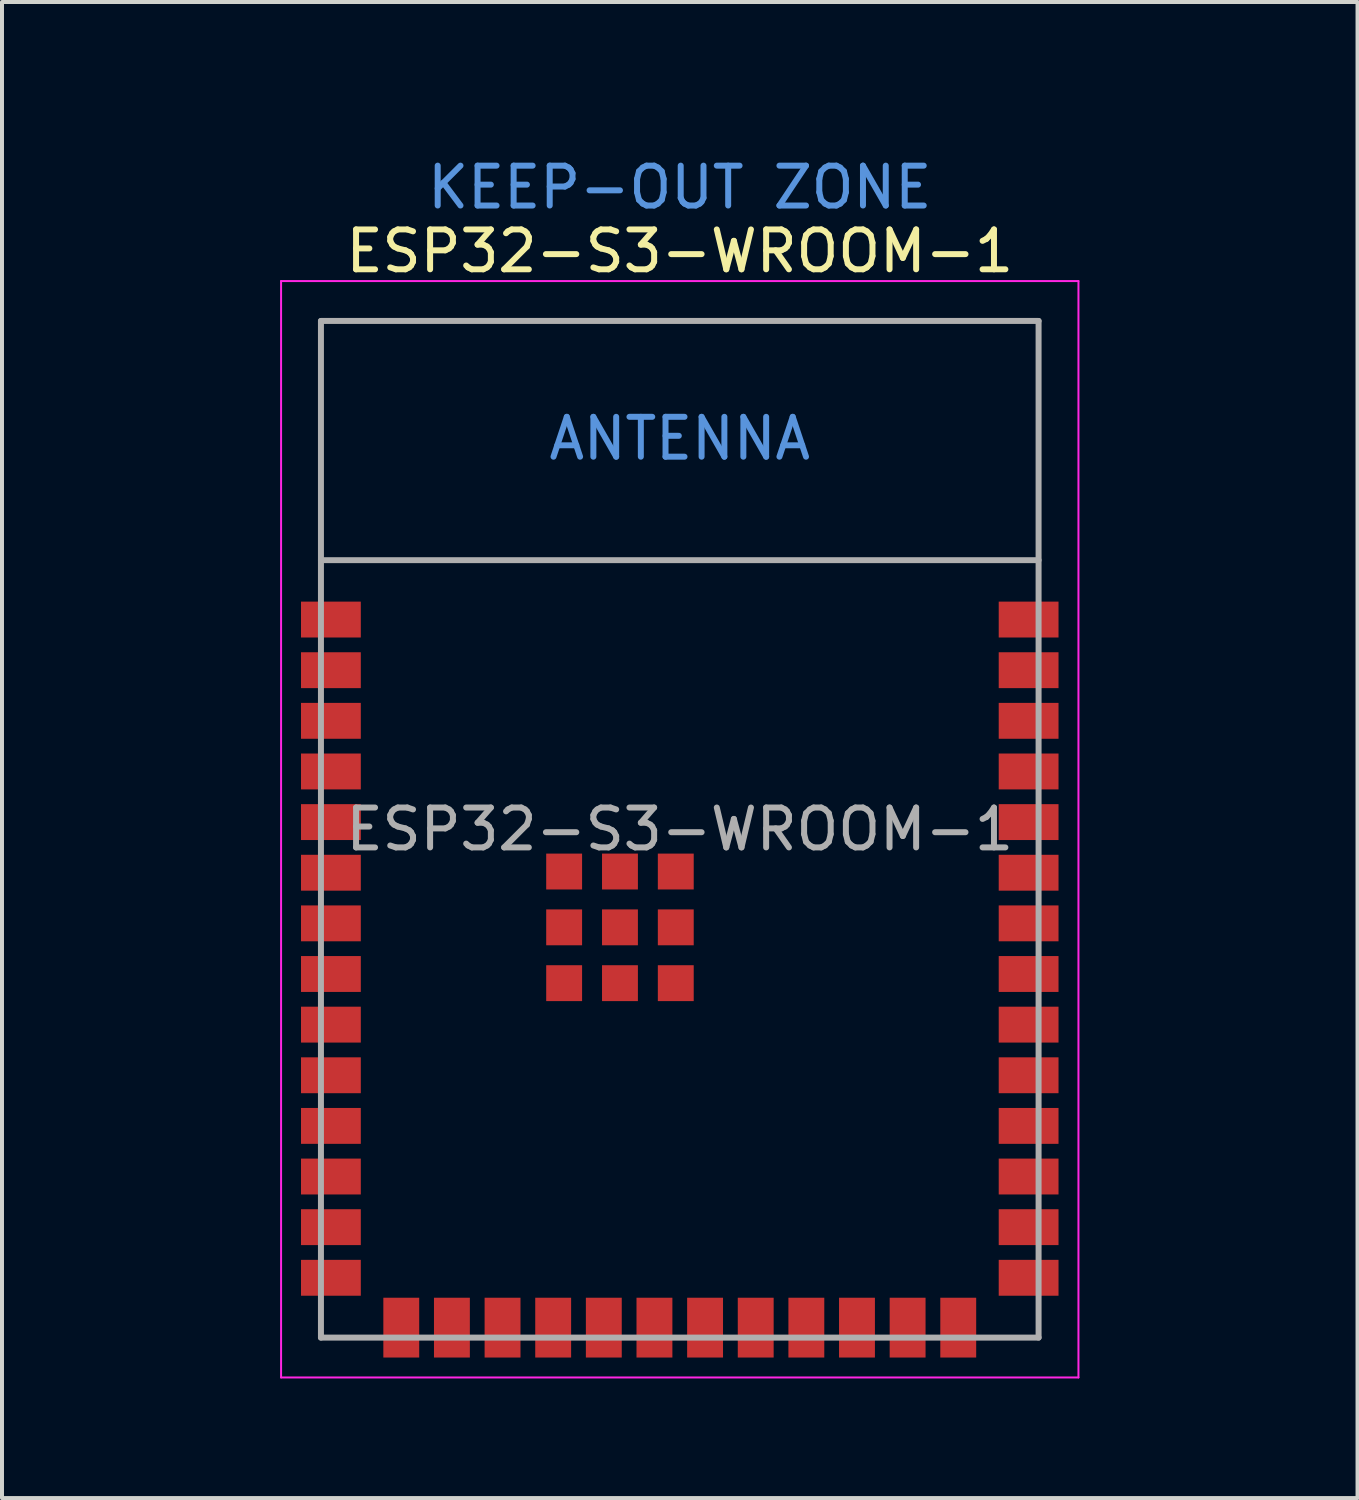
<source format=kicad_pcb>
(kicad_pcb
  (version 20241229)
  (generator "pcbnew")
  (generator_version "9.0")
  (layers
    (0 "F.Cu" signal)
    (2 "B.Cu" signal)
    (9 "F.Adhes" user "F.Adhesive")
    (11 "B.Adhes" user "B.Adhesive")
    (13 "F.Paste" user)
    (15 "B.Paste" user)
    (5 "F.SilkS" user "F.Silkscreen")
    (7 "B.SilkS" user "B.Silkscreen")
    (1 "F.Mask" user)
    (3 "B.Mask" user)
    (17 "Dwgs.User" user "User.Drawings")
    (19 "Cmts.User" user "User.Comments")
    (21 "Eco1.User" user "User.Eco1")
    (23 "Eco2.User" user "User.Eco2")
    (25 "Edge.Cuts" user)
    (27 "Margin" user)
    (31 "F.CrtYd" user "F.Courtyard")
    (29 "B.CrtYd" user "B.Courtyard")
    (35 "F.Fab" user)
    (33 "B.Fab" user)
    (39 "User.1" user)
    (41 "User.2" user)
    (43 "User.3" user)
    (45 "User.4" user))
  (footprint "ESP32-S3-WROOM-1"
    (layer "F.Cu")
    (at 14 17.75)
    (property "Reference" "ESP32-S3-WROOM-1" (at 0 -14.5 0) (layer "F.SilkS") (effects (font (size 1 1) (thickness 0.15))))
    (attr smd)
    (fp_line (start -10 -13.75) (end 10 -13.75) (stroke (width 0.05) (type solid)) (layer "F.CrtYd"))
    (fp_line (start -10 13.75) (end -10 -13.75) (stroke (width 0.05) (type solid)) (layer "F.CrtYd"))
    (fp_line (start 10 -13.75) (end 10 13.75) (stroke (width 0.05) (type solid)) (layer "F.CrtYd"))
    (fp_line (start 10 13.75) (end -10 13.75) (stroke (width 0.05) (type solid)) (layer "F.CrtYd"))
    (fp_line (start -9 -12.75) (end -9 12.75) (stroke (width 0.15) (type solid)) (layer "F.Fab"))
    (fp_line (start -9 12.75) (end 9 12.75) (stroke (width 0.15) (type solid)) (layer "F.Fab"))
    (fp_line (start 9 -12.75) (end -9 -12.75) (stroke (width 0.15) (type solid)) (layer "F.Fab"))
    (fp_line (start 9 -6.75) (end -9 -6.75) (stroke (width 0.15) (type solid)) (layer "F.Fab"))
    (fp_line (start 9 12.75) (end 9 -12.75) (stroke (width 0.15) (type solid)) (layer "F.Fab"))
    (fp_text user "ANTENNA" (at 0 -9.8 0) (unlocked yes) (layer "Cmts.User") (effects (font (size 1 1) (thickness 0.15))))
    (fp_text user "KEEP-OUT ZONE" (at 0 -16.1 0) (unlocked yes) (layer "Cmts.User") (effects (font (size 1 1) (thickness 0.15))))
    (fp_text user "${REFERENCE}" (at 0 0 0) (unlocked yes) (layer "F.Fab") (effects (font (size 1 1) (thickness 0.15))))
    (pad "1" smd rect (at -8.75 -5.26 90) (size 0.9 1.5) (layers "F.Cu" "F.Mask" "F.Paste"))
    (pad "2" smd rect (at -8.75 -3.99 90) (size 0.9 1.5) (layers "F.Cu" "F.Mask" "F.Paste"))
    (pad "3" smd rect (at -8.75 -2.72 90) (size 0.9 1.5) (layers "F.Cu" "F.Mask" "F.Paste"))
    (pad "4" smd rect (at -8.75 -1.45 90) (size 0.9 1.5) (layers "F.Cu" "F.Mask" "F.Paste"))
    (pad "5" smd rect (at -8.75 -0.18 90) (size 0.9 1.5) (layers "F.Cu" "F.Mask" "F.Paste"))
    (pad "6" smd rect (at -8.75 1.09 90) (size 0.9 1.5) (layers "F.Cu" "F.Mask" "F.Paste"))
    (pad "7" smd rect (at -8.75 2.36 90) (size 0.9 1.5) (layers "F.Cu" "F.Mask" "F.Paste"))
    (pad "8" smd rect (at -8.75 3.63 90) (size 0.9 1.5) (layers "F.Cu" "F.Mask" "F.Paste"))
    (pad "9" smd rect (at -8.75 4.9 90) (size 0.9 1.5) (layers "F.Cu" "F.Mask" "F.Paste"))
    (pad "10" smd rect (at -8.75 6.17 90) (size 0.9 1.5) (layers "F.Cu" "F.Mask" "F.Paste"))
    (pad "11" smd rect (at -8.75 7.44 90) (size 0.9 1.5) (layers "F.Cu" "F.Mask" "F.Paste"))
    (pad "12" smd rect (at -8.75 8.71 90) (size 0.9 1.5) (layers "F.Cu" "F.Mask" "F.Paste"))
    (pad "13" smd rect (at -8.75 9.98 90) (size 0.9 1.5) (layers "F.Cu" "F.Mask" "F.Paste"))
    (pad "14" smd rect (at -8.75 11.25 90) (size 0.9 1.5) (layers "F.Cu" "F.Mask" "F.Paste"))
    (pad "15" smd rect (at -6.985 12.5) (size 0.9 1.5) (layers "F.Cu" "F.Mask" "F.Paste"))
    (pad "16" smd rect (at -5.715 12.5) (size 0.9 1.5) (layers "F.Cu" "F.Mask" "F.Paste"))
    (pad "17" smd rect (at -4.445 12.5) (size 0.9 1.5) (layers "F.Cu" "F.Mask" "F.Paste"))
    (pad "18" smd rect (at -3.175 12.5) (size 0.9 1.5) (layers "F.Cu" "F.Mask" "F.Paste"))
    (pad "19" smd rect (at -1.905 12.5) (size 0.9 1.5) (layers "F.Cu" "F.Mask" "F.Paste"))
    (pad "20" smd rect (at -0.635 12.5) (size 0.9 1.5) (layers "F.Cu" "F.Mask" "F.Paste"))
    (pad "21" smd rect (at 0.635 12.5) (size 0.9 1.5) (layers "F.Cu" "F.Mask" "F.Paste"))
    (pad "22" smd rect (at 1.905 12.5) (size 0.9 1.5) (layers "F.Cu" "F.Mask" "F.Paste"))
    (pad "23" smd rect (at 3.175 12.5) (size 0.9 1.5) (layers "F.Cu" "F.Mask" "F.Paste"))
    (pad "24" smd rect (at 4.445 12.5) (size 0.9 1.5) (layers "F.Cu" "F.Mask" "F.Paste"))
    (pad "25" smd rect (at 5.715 12.5) (size 0.9 1.5) (layers "F.Cu" "F.Mask" "F.Paste"))
    (pad "26" smd rect (at 6.985 12.5) (size 0.9 1.5) (layers "F.Cu" "F.Mask" "F.Paste"))
    (pad "27" smd rect (at 8.75 11.25 90) (size 0.9 1.5) (layers "F.Cu" "F.Mask" "F.Paste"))
    (pad "28" smd rect (at 8.75 9.98 90) (size 0.9 1.5) (layers "F.Cu" "F.Mask" "F.Paste"))
    (pad "29" smd rect (at 8.75 8.71 90) (size 0.9 1.5) (layers "F.Cu" "F.Mask" "F.Paste"))
    (pad "30" smd rect (at 8.75 7.44 90) (size 0.9 1.5) (layers "F.Cu" "F.Mask" "F.Paste"))
    (pad "31" smd rect (at 8.75 6.17 90) (size 0.9 1.5) (layers "F.Cu" "F.Mask" "F.Paste"))
    (pad "32" smd rect (at 8.75 4.9 90) (size 0.9 1.5) (layers "F.Cu" "F.Mask" "F.Paste"))
    (pad "33" smd rect (at 8.75 3.63 90) (size 0.9 1.5) (layers "F.Cu" "F.Mask" "F.Paste"))
    (pad "34" smd rect (at 8.75 2.36 90) (size 0.9 1.5) (layers "F.Cu" "F.Mask" "F.Paste"))
    (pad "35" smd rect (at 8.75 1.09 90) (size 0.9 1.5) (layers "F.Cu" "F.Mask" "F.Paste"))
    (pad "36" smd rect (at 8.75 -0.18 90) (size 0.9 1.5) (layers "F.Cu" "F.Mask" "F.Paste"))
    (pad "37" smd rect (at 8.75 -1.45 90) (size 0.9 1.5) (layers "F.Cu" "F.Mask" "F.Paste"))
    (pad "38" smd rect (at 8.75 -2.72 90) (size 0.9 1.5) (layers "F.Cu" "F.Mask" "F.Paste"))
    (pad "39" smd rect (at 8.75 -3.99 90) (size 0.9 1.5) (layers "F.Cu" "F.Mask" "F.Paste"))
    (pad "40" smd rect (at 8.75 -5.26 90) (size 0.9 1.5) (layers "F.Cu" "F.Mask" "F.Paste"))
    (pad "41" smd rect (at -2.9 1.06) (size 0.9 0.9) (layers "F.Cu" "F.Mask" "F.Paste"))
    (pad "41" smd rect (at -2.9 2.46) (size 0.9 0.9) (layers "F.Cu" "F.Mask" "F.Paste"))
    (pad "41" smd rect (at -2.9 3.86) (size 0.9 0.9) (layers "F.Cu" "F.Mask" "F.Paste"))
    (pad "41" smd rect (at -1.5 1.06) (size 0.9 0.9) (layers "F.Cu" "F.Mask" "F.Paste"))
    (pad "41" smd rect (at -1.5 2.46) (size 0.9 0.9) (layers "F.Cu" "F.Mask" "F.Paste"))
    (pad "41" smd rect (at -1.5 3.86) (size 0.9 0.9) (layers "F.Cu" "F.Mask" "F.Paste"))
    (pad "41" smd rect (at -0.1 1.06) (size 0.9 0.9) (layers "F.Cu" "F.Mask" "F.Paste"))
    (pad "41" smd rect (at -0.1 2.46) (size 0.9 0.9) (layers "F.Cu" "F.Mask" "F.Paste"))
    (pad "41" smd rect (at -0.1 3.86) (size 0.9 0.9) (layers "F.Cu" "F.Mask" "F.Paste"))
    (zone (net_name "") (layers "F.Cu" "B.Cu") (hatch full 0.508) (connect_pads) (min_thickness 0.254) (filled_areas_thickness no) (keepout (tracks not_allowed) (vias not_allowed) (pads not_allowed) (copperpour not_allowed) (footprints not_allowed)) (placement (enabled no)) (fill) (polygon (pts (xy 28 11) (xy 0 11) (xy 0 0) (xy 28 0)))))
  (gr_rect
    (start -3 -3)
    (end 31 34.525)
    (stroke (width 0.1) (type default))
    (fill no)
    (layer "Edge.Cuts")))
</source>
